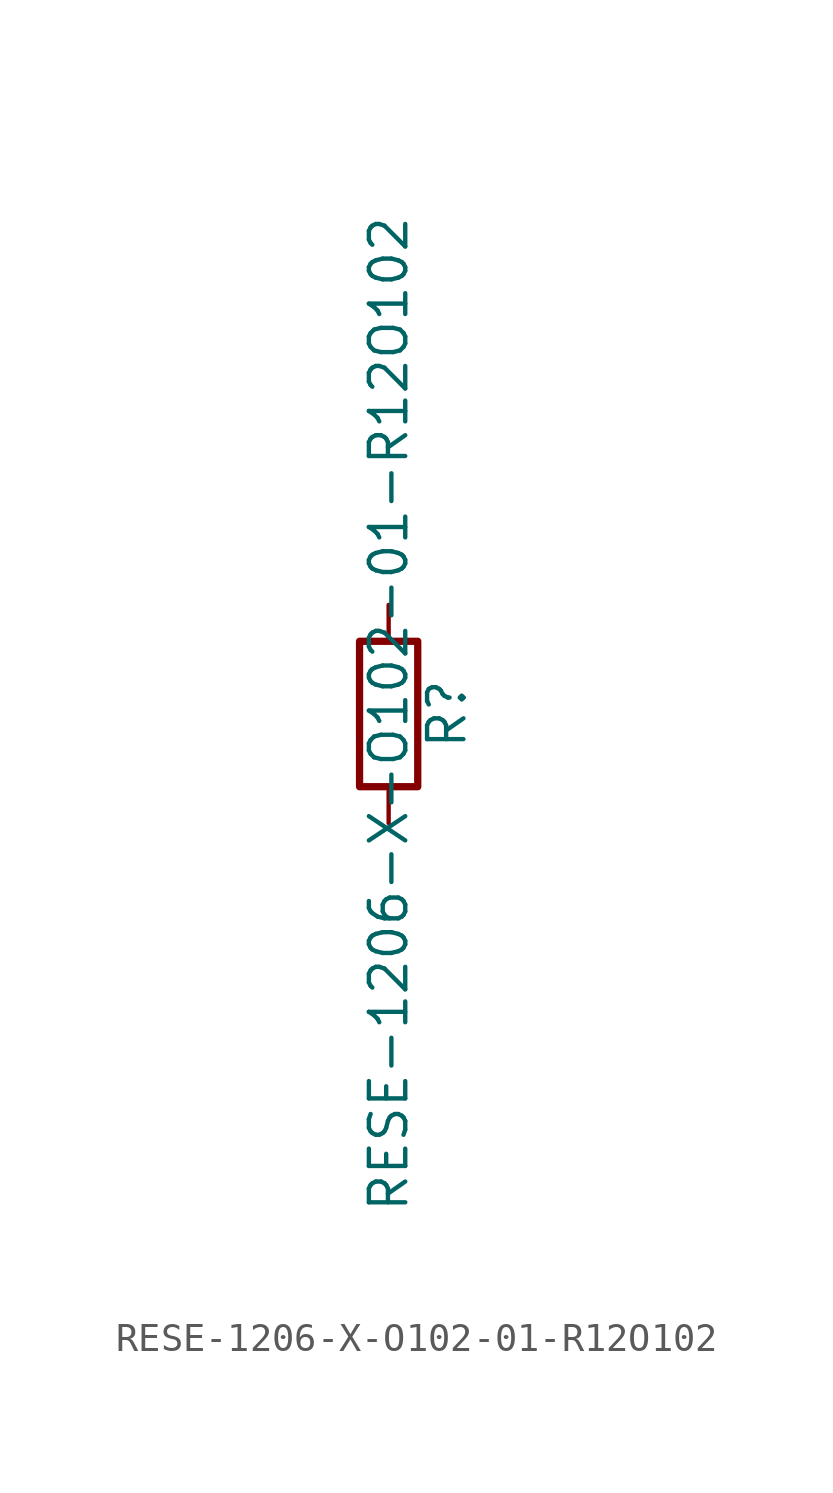
<source format=kicad_sym>
(kicad_symbol_lib
  (version 20211014)
  (generator kicad_symbol_editor)
  (symbol "RESE-1206-X-O102-01-R12O102"
    (pin_numbers hide)
    (pin_names
      (offset 0))
    (property "Reference" "R"
      (at 2.032 0 90)
      (effects (font (size 1.27 1.27))))
    (property "Value" "RESE-1206-X-O102-01-R12O102"
      (at 0 0 90)
      (effects (font (size 1.27 1.27))))
    (symbol "RESE-1206-X-O102-01-R12O102_0_1"
      (rectangle (start -1.016 -2.54) (end 1.016 2.54) (stroke (width 0.254) (type default) (color 0 0 0 0)) (fill (type none))))
    (symbol "RESE-1206-X-O102-01-R12O102_1_1"
      (pin passive line (at 0 3.81 270) (length 1.27) (name "~" (effects (font (size 1.27 1.27)))) (number "1" (effects (font (size 1.27 1.27)))))
      (pin passive line (at 0 -3.81 90) (length 1.27) (name "~" (effects (font (size 1.27 1.27)))) (number "2" (effects (font (size 1.27 1.27))))))))
</source>
